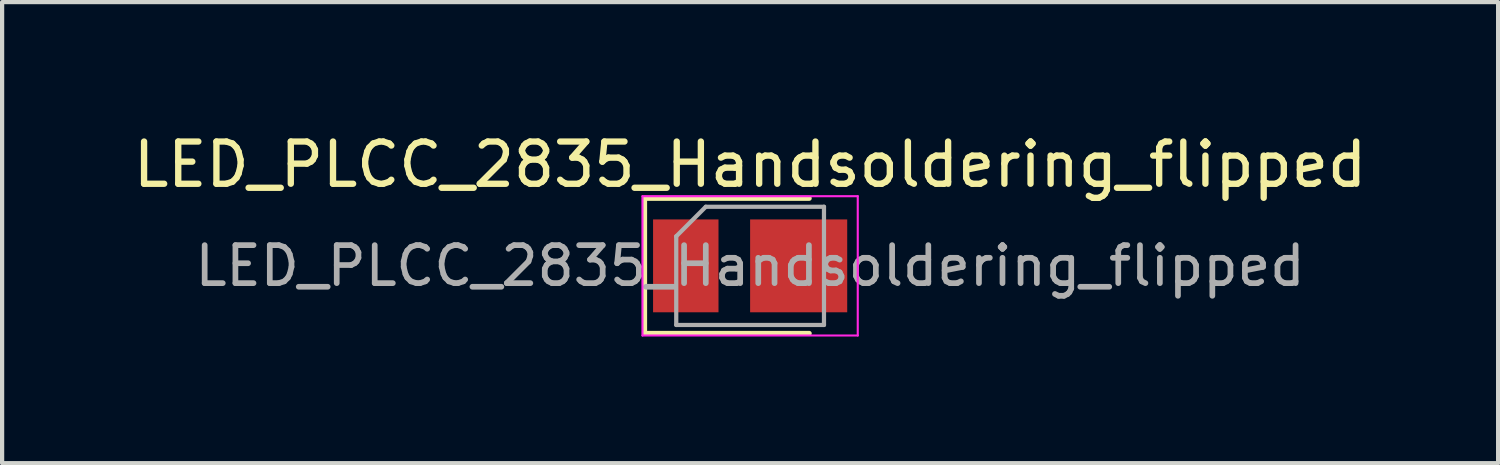
<source format=kicad_pcb>
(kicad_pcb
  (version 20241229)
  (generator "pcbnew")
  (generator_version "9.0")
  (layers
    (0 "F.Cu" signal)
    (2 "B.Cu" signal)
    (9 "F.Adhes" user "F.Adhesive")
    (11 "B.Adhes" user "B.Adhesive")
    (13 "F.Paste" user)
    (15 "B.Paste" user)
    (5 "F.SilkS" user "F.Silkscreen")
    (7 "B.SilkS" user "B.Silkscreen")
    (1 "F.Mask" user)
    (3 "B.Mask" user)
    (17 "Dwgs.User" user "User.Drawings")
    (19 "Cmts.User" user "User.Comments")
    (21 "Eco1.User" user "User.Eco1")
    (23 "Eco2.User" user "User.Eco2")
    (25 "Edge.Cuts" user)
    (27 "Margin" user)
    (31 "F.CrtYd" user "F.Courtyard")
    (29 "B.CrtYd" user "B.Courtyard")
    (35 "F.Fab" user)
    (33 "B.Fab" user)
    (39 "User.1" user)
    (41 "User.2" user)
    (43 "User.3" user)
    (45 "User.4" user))
  (footprint "LED_PLCC_2835_Handsoldering_flipped"
    (layer "F.Cu")
    (at 14.72 3.248)
    (property "Reference" "LED_PLCC_2835_Handsoldering_flipped" (at 0 -2.4 0) (layer "F.SilkS") (effects (font (size 1 1) (thickness 0.15))))
    (attr smd)
    (fp_line (start -2.5 -1.6) (end -2.5 1.6) (stroke (width 0.12) (type solid)) (layer "F.SilkS"))
    (fp_line (start 1.4 -1.6) (end -2.5 -1.6) (stroke (width 0.12) (type solid)) (layer "F.SilkS"))
    (fp_line (start 1.4 1.6) (end -2.5 1.6) (stroke (width 0.12) (type solid)) (layer "F.SilkS"))
    (fp_line (start -2.55 -1.65) (end 2.55 -1.65) (stroke (width 0.05) (type solid)) (layer "F.CrtYd"))
    (fp_line (start -2.55 1.65) (end -2.55 -1.65) (stroke (width 0.05) (type solid)) (layer "F.CrtYd"))
    (fp_line (start 2.55 -1.65) (end 2.55 1.65) (stroke (width 0.05) (type solid)) (layer "F.CrtYd"))
    (fp_line (start 2.55 1.65) (end -2.55 1.65) (stroke (width 0.05) (type solid)) (layer "F.CrtYd"))
    (fp_line (start -1.75 1.4) (end -1.75 -0.7) (stroke (width 0.1) (type solid)) (layer "F.Fab"))
    (fp_line (start -1.05 -1.4) (end -1.75 -0.7) (stroke (width 0.1) (type solid)) (layer "F.Fab"))
    (fp_line (start -1.05 -1.4) (end 1.75 -1.4) (stroke (width 0.1) (type solid)) (layer "F.Fab"))
    (fp_line (start 1.75 -1.4) (end 1.75 1.4) (stroke (width 0.1) (type solid)) (layer "F.Fab"))
    (fp_line (start 1.75 1.4) (end -1.75 1.4) (stroke (width 0.1) (type solid)) (layer "F.Fab"))
    (fp_text user "${REFERENCE}" (at 0 0 0) (layer "F.Fab") (effects (font (size 0.9 0.9) (thickness 0.135))))
    (pad "1" smd rect (at -1.524 0) (size 1.55 2.2) (layers "F.Cu" "F.Mask" "F.Paste"))
    (pad "2" smd rect (at 1.15 0) (size 2.3 2.2) (layers "F.Cu" "F.Mask" "F.Paste")))
  (gr_rect
    (start -3 -3)
    (end 32.44 7.923)
    (stroke (width 0.1) (type default))
    (fill no)
    (layer "Edge.Cuts")))
</source>
